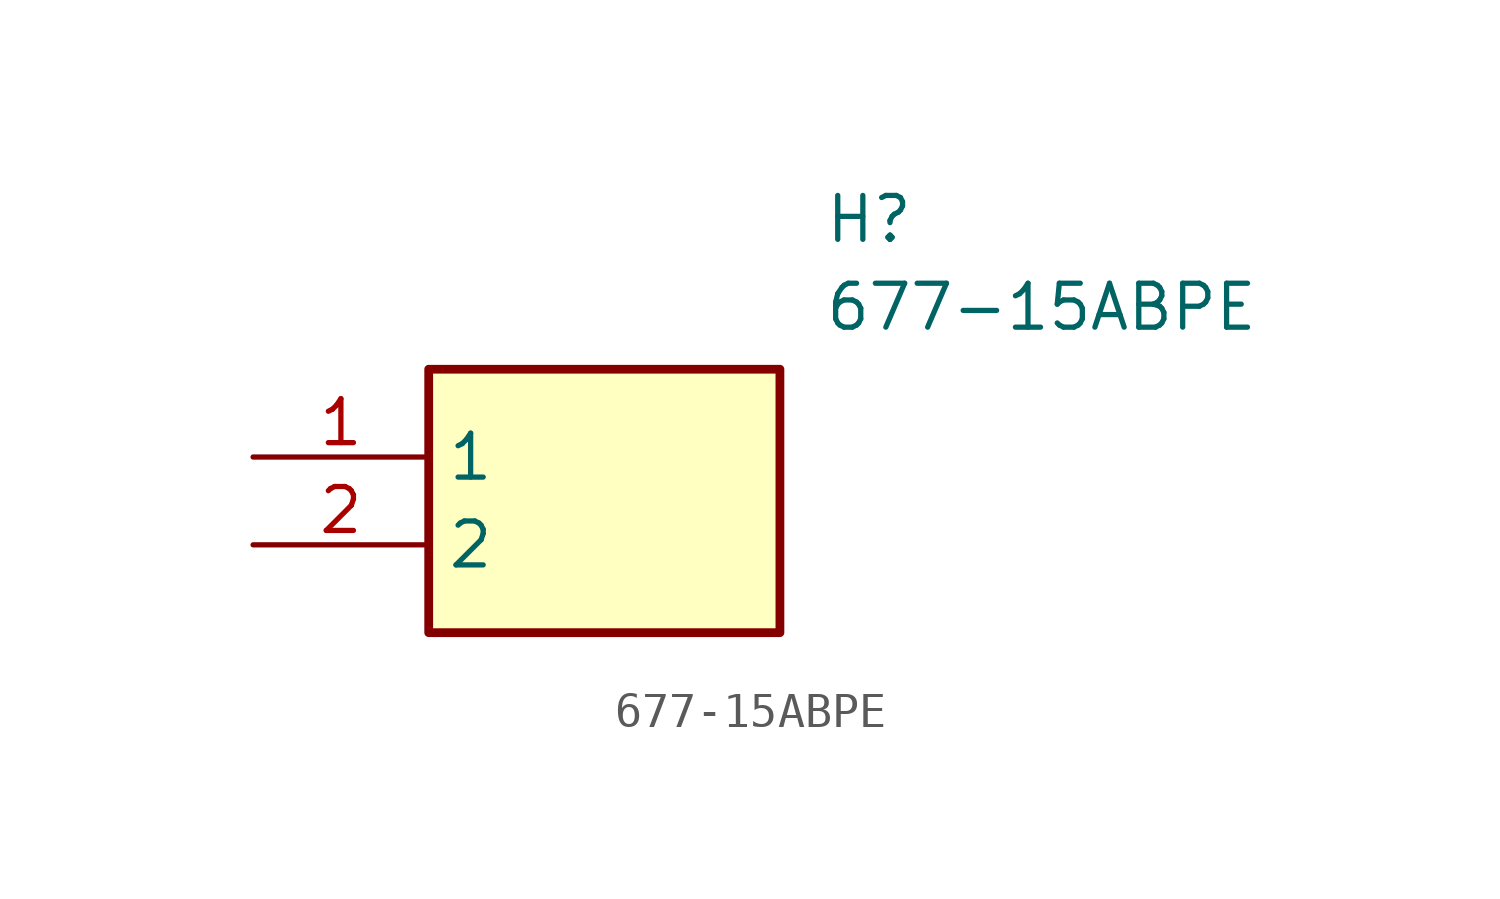
<source format=kicad_sym>
(kicad_symbol_lib
  (version 20211014)
  (generator SamacSys_ECAD_Model)
  (symbol "677-15ABPE"
    (property "Reference" "H"
      (at 16.51 7.62 0)
      (effects (font (size 1.27 1.27)) (justify left top)))
    (property "Value" "677-15ABPE"
      (at 16.51 5.08 0)
      (effects (font (size 1.27 1.27)) (justify left top)))
    (rectangle
      (start 5.08 2.54)
      (end 15.24 -5.08)
      (stroke (width 0.254) (type default))
      (fill (type background)))
    (pin passive line
      (at 0 0 0)
      (length 5.08)
      (name "1" (effects (font (size 1.27 1.27))))
      (number "1" (effects (font (size 1.27 1.27)))))
    (pin passive line
      (at 0 -2.54 0)
      (length 5.08)
      (name "2" (effects (font (size 1.27 1.27))))
      (number "2" (effects (font (size 1.27 1.27)))))))
</source>
